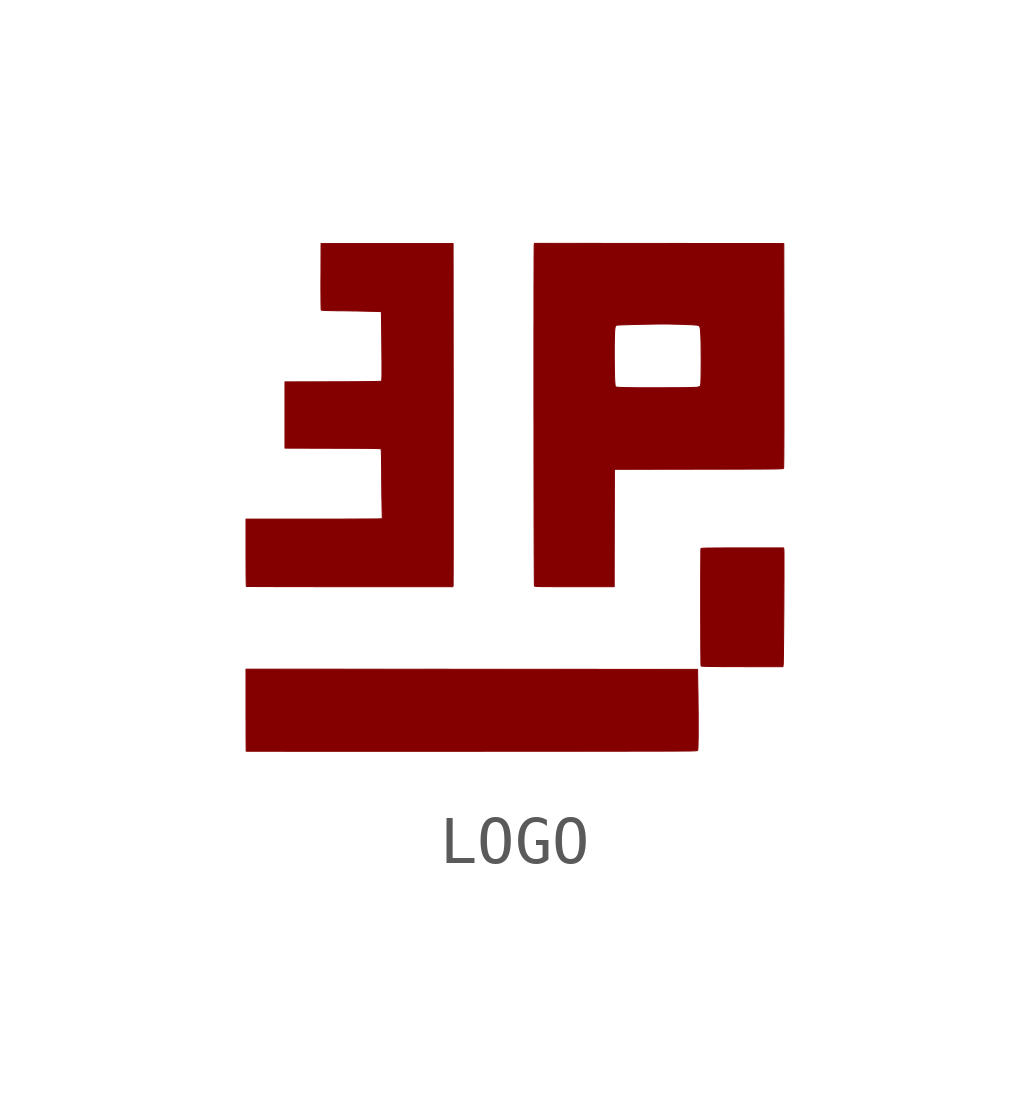
<source format=kicad_sym>
(kicad_symbol_lib
  (version 20231120)
  (generator "kicad_symbol_editor")
  (generator_version "8.0")
  (symbol "LOGO"
    (pin_names
      (offset 1.016))
    (property "Reference" "#G"
      (at 4.064 7.366 0)
      (effects (font (size 1.27 1.27)) (hide yes)))
    (symbol "LOGO_0_0"
      (polyline (pts (xy 5.611 -3.517) (xy 5.617 -3.465) (xy 5.618 -3.451) (xy 5.619 -3.419) (xy 5.62 -3.371) (xy 5.621 -3.309) (xy 5.622 -3.233) (xy 5.623 -3.146) (xy 5.624 -3.049) (xy 5.625 -2.942) (xy 5.626 -2.828) (xy 5.627 -2.708) (xy 5.628 -2.583) (xy 5.629 -2.455) (xy 5.63 -2.325) (xy 5.631 -2.194) (xy 5.631 -2.064) (xy 5.632 -1.936) (xy 5.632 -1.812) (xy 5.633 -1.692) (xy 5.633 -1.579) (xy 5.633 -1.474) (xy 5.633 -1.377) (xy 5.633 -1.291) (xy 5.633 -1.217) (xy 5.633 -1.156) (xy 5.632 -1.11) (xy 5.631 -1.08) (xy 5.63 -1.067) (xy 5.624 -1.042) (xy 4.766 -1.042) (xy 4.642 -1.042) (xy 4.51 -1.042) (xy 4.394 -1.042) (xy 4.294 -1.043) (xy 4.208 -1.043) (xy 4.136 -1.044) (xy 4.076 -1.044) (xy 4.027 -1.045) (xy 3.988 -1.046) (xy 3.958 -1.047) (xy 3.936 -1.049) (xy 3.921 -1.05) (xy 3.91 -1.052) (xy 3.905 -1.055) (xy 3.902 -1.057) (xy 3.902 -1.063) (xy 3.901 -1.086) (xy 3.9 -1.125) (xy 3.9 -1.18) (xy 3.899 -1.248) (xy 3.899 -1.329) (xy 3.898 -1.421) (xy 3.898 -1.522) (xy 3.897 -1.632) (xy 3.897 -1.749) (xy 3.897 -1.872) (xy 3.897 -1.998) (xy 3.897 -2.128) (xy 3.897 -2.259) (xy 3.897 -2.39) (xy 3.897 -2.521) (xy 3.898 -2.648) (xy 3.898 -2.772) (xy 3.898 -2.891) (xy 3.899 -3.003) (xy 3.899 -3.107) (xy 3.9 -3.202) (xy 3.901 -3.286) (xy 3.901 -3.358) (xy 3.902 -3.417) (xy 3.903 -3.461) (xy 3.904 -3.489) (xy 3.905 -3.5) (xy 3.907 -3.502) (xy 3.92 -3.505) (xy 3.942 -3.507) (xy 3.977 -3.509) (xy 4.025 -3.511) (xy 4.088 -3.512) (xy 4.167 -3.513) (xy 4.263 -3.514) (xy 4.326 -3.515) (xy 4.421 -3.515) (xy 4.529 -3.516) (xy 4.644 -3.516) (xy 4.764 -3.516) (xy 4.885 -3.517) (xy 5.002 -3.517) (xy 5.113 -3.517) (xy 5.611 -3.517)) (stroke (width 0.01) (type default)) (fill (type outline)))
      (polyline (pts (xy -1.866 -5.28) (xy -1.616 -5.28) (xy -1.364 -5.28) (xy -1.111 -5.28) (xy -0.857 -5.28) (xy -0.605 -5.279) (xy -0.353 -5.279) (xy -0.103 -5.279) (xy 0.144 -5.279) (xy 0.389 -5.279) (xy 0.629 -5.279) (xy 0.865 -5.279) (xy 1.095 -5.279) (xy 1.319 -5.279) (xy 1.537 -5.278) (xy 1.747 -5.278) (xy 1.949 -5.278) (xy 2.142 -5.278) (xy 2.326 -5.278) (xy 2.499 -5.277) (xy 2.662 -5.277) (xy 2.813 -5.277) (xy 2.952 -5.277) (xy 3.078 -5.277) (xy 3.19 -5.276) (xy 3.232 -5.276) (xy 3.352 -5.276) (xy 3.455 -5.275) (xy 3.542 -5.275) (xy 3.615 -5.274) (xy 3.675 -5.274) (xy 3.722 -5.272) (xy 3.76 -5.271) (xy 3.788 -5.27) (xy 3.808 -5.268) (xy 3.821 -5.266) (xy 3.829 -5.263) (xy 3.833 -5.261) (xy 3.835 -5.254) (xy 3.838 -5.229) (xy 3.84 -5.188) (xy 3.842 -5.131) (xy 3.843 -5.06) (xy 3.845 -4.976) (xy 3.845 -4.88) (xy 3.845 -4.773) (xy 3.845 -4.657) (xy 3.845 -4.532) (xy 3.844 -4.401) (xy 3.842 -4.263) (xy 3.841 -4.122) (xy 3.838 -3.977) (xy 3.832 -3.573) (xy -0.873 -3.571) (xy -5.578 -3.568) (xy -5.578 -4.421) (xy -5.578 -4.43) (xy -5.578 -4.554) (xy -5.577 -4.673) (xy -5.577 -4.786) (xy -5.577 -4.89) (xy -5.577 -4.984) (xy -5.576 -5.068) (xy -5.576 -5.14) (xy -5.575 -5.198) (xy -5.575 -5.241) (xy -5.574 -5.268) (xy -5.574 -5.278) (xy -5.57 -5.278) (xy -5.55 -5.278) (xy -5.512 -5.279) (xy -5.457 -5.279) (xy -5.386 -5.279) (xy -5.299 -5.279) (xy -5.197 -5.279) (xy -5.082 -5.279) (xy -4.952 -5.279) (xy -4.81 -5.279) (xy -4.656 -5.28) (xy -4.49 -5.28) (xy -4.314 -5.28) (xy -4.127 -5.28) (xy -3.932 -5.28) (xy -3.727 -5.28) (xy -3.515 -5.28) (xy -3.296 -5.28) (xy -3.07 -5.28) (xy -2.838 -5.28) (xy -2.601 -5.28) (xy -2.36 -5.28) (xy -2.115 -5.28) (xy -1.866 -5.28)) (stroke (width 0.01) (type default)) (fill (type outline)))
      (polyline (pts (xy -1.263 -1.829) (xy -1.263 -1.825) (xy -1.262 -1.803) (xy -1.262 -1.764) (xy -1.262 -1.707) (xy -1.262 -1.634) (xy -1.261 -1.546) (xy -1.261 -1.442) (xy -1.261 -1.323) (xy -1.26 -1.191) (xy -1.26 -1.046) (xy -1.26 -0.888) (xy -1.26 -0.719) (xy -1.26 -0.537) (xy -1.26 -0.346) (xy -1.26 -0.144) (xy -1.26 0.066) (xy -1.26 0.286) (xy -1.26 0.513) (xy -1.26 0.748) (xy -1.26 0.989) (xy -1.26 1.236) (xy -1.26 1.489) (xy -1.26 1.746) (xy -1.263 5.301) (xy -2.639 5.301) (xy -4.014 5.301) (xy -4.016 4.615) (xy -4.017 4.513) (xy -4.017 4.406) (xy -4.017 4.306) (xy -4.016 4.213) (xy -4.016 4.131) (xy -4.015 4.06) (xy -4.014 4.001) (xy -4.013 3.957) (xy -4.012 3.929) (xy -4.011 3.917) (xy -4.007 3.915) (xy -3.996 3.912) (xy -3.977 3.91) (xy -3.947 3.908) (xy -3.905 3.906) (xy -3.851 3.904) (xy -3.782 3.903) (xy -3.697 3.901) (xy -3.595 3.9) (xy -3.575 3.9) (xy -3.478 3.899) (xy -3.379 3.897) (xy -3.281 3.896) (xy -3.188 3.894) (xy -3.103 3.892) (xy -3.03 3.89) (xy -2.972 3.889) (xy -2.758 3.883) (xy -2.755 3.77) (xy -2.755 3.767) (xy -2.754 3.735) (xy -2.754 3.686) (xy -2.753 3.623) (xy -2.752 3.548) (xy -2.751 3.462) (xy -2.75 3.367) (xy -2.749 3.265) (xy -2.748 3.159) (xy -2.747 3.05) (xy -2.747 3.028) (xy -2.746 2.906) (xy -2.745 2.802) (xy -2.745 2.713) (xy -2.745 2.639) (xy -2.745 2.579) (xy -2.746 2.531) (xy -2.747 2.494) (xy -2.748 2.467) (xy -2.75 2.449) (xy -2.752 2.438) (xy -2.755 2.433) (xy -2.759 2.432) (xy -2.776 2.43) (xy -2.807 2.429) (xy -2.851 2.427) (xy -2.909 2.426) (xy -2.982 2.425) (xy -3.071 2.424) (xy -3.176 2.423) (xy -3.297 2.422) (xy -3.436 2.421) (xy -3.592 2.421) (xy -3.766 2.42) (xy -4.766 2.418) (xy -4.766 1.728) (xy -4.766 1.038) (xy -3.768 1.035) (xy -3.647 1.035) (xy -3.502 1.034) (xy -3.374 1.034) (xy -3.261 1.034) (xy -3.163 1.033) (xy -3.079 1.033) (xy -3.008 1.032) (xy -2.948 1.031) (xy -2.899 1.03) (xy -2.86 1.029) (xy -2.829 1.028) (xy -2.805 1.027) (xy -2.788 1.025) (xy -2.776 1.023) (xy -2.769 1.021) (xy -2.764 1.019) (xy -2.762 1.016) (xy -2.762 1.015) (xy -2.76 0.998) (xy -2.758 0.965) (xy -2.757 0.917) (xy -2.755 0.856) (xy -2.754 0.783) (xy -2.753 0.701) (xy -2.752 0.612) (xy -2.751 0.516) (xy -2.751 0.425) (xy -2.75 0.32) (xy -2.749 0.215) (xy -2.748 0.113) (xy -2.747 0.018) (xy -2.745 -0.067) (xy -2.744 -0.14) (xy -2.743 -0.197) (xy -2.742 -0.245) (xy -2.74 -0.304) (xy -2.74 -0.356) (xy -2.739 -0.396) (xy -2.739 -0.423) (xy -2.74 -0.434) (xy -2.741 -0.434) (xy -2.755 -0.435) (xy -2.787 -0.436) (xy -2.836 -0.437) (xy -2.899 -0.438) (xy -2.978 -0.438) (xy -3.069 -0.439) (xy -3.173 -0.439) (xy -3.288 -0.44) (xy -3.414 -0.44) (xy -3.549 -0.441) (xy -3.692 -0.441) (xy -3.842 -0.441) (xy -3.999 -0.441) (xy -4.16 -0.441) (xy -5.578 -0.441) (xy -5.578 -1.139) (xy -5.578 -1.14) (xy -5.578 -1.253) (xy -5.577 -1.36) (xy -5.577 -1.461) (xy -5.577 -1.552) (xy -5.576 -1.634) (xy -5.575 -1.705) (xy -5.574 -1.763) (xy -5.573 -1.806) (xy -5.572 -1.833) (xy -5.571 -1.844) (xy -5.568 -1.844) (xy -5.548 -1.845) (xy -5.51 -1.845) (xy -5.456 -1.846) (xy -5.386 -1.846) (xy -5.301 -1.847) (xy -5.202 -1.847) (xy -5.089 -1.847) (xy -4.964 -1.848) (xy -4.828 -1.848) (xy -4.68 -1.849) (xy -4.523 -1.849) (xy -4.357 -1.849) (xy -4.182 -1.849) (xy -4 -1.85) (xy -3.811 -1.85) (xy -3.616 -1.85) (xy -3.417 -1.85) (xy -1.268 -1.85) (xy -1.263 -1.829)) (stroke (width 0.01) (type default)) (fill (type outline)))
      (polyline (pts (xy 2.096 -0.627) (xy 2.099 0.596) (xy 3.857 0.599) (xy 3.919 0.599) (xy 4.127 0.599) (xy 4.318 0.599) (xy 4.491 0.6) (xy 4.648 0.6) (xy 4.79 0.6) (xy 4.917 0.601) (xy 5.031 0.601) (xy 5.131 0.601) (xy 5.22 0.602) (xy 5.297 0.602) (xy 5.363 0.603) (xy 5.42 0.604) (xy 5.468 0.604) (xy 5.507 0.605) (xy 5.539 0.606) (xy 5.564 0.607) (xy 5.584 0.609) (xy 5.599 0.61) (xy 5.609 0.611) (xy 5.616 0.613) (xy 5.62 0.615) (xy 5.623 0.617) (xy 5.624 0.619) (xy 5.625 0.622) (xy 5.626 0.641) (xy 5.627 0.675) (xy 5.628 0.727) (xy 5.629 0.795) (xy 5.63 0.879) (xy 5.63 0.981) (xy 5.631 1.1) (xy 5.631 1.236) (xy 5.632 1.39) (xy 5.632 1.561) (xy 5.632 1.75) (xy 5.632 1.958) (xy 5.632 2.183) (xy 5.632 2.426) (xy 5.632 2.688) (xy 5.632 2.969) (xy 5.629 5.301) (xy 3.032 5.303) (xy 0.434 5.305) (xy 0.428 5.284) (xy 0.428 5.282) (xy 0.427 5.262) (xy 0.427 5.225) (xy 0.426 5.172) (xy 0.426 5.102) (xy 0.425 5.017) (xy 0.425 4.917) (xy 0.425 4.804) (xy 0.424 4.678) (xy 0.424 4.54) (xy 0.423 4.391) (xy 0.423 4.231) (xy 0.423 4.062) (xy 0.423 3.883) (xy 0.423 3.697) (xy 0.422 3.503) (xy 0.422 3.303) (xy 0.422 3.097) (xy 0.422 3.042) (xy 2.096 3.042) (xy 2.096 3.134) (xy 2.097 3.222) (xy 2.099 3.305) (xy 2.101 3.379) (xy 2.103 3.443) (xy 2.106 3.496) (xy 2.11 3.535) (xy 2.114 3.558) (xy 2.122 3.58) (xy 2.134 3.595) (xy 2.154 3.601) (xy 2.158 3.601) (xy 2.182 3.603) (xy 2.222 3.605) (xy 2.275 3.607) (xy 2.34 3.609) (xy 2.414 3.611) (xy 2.495 3.614) (xy 2.581 3.616) (xy 2.669 3.618) (xy 2.758 3.62) (xy 2.845 3.621) (xy 2.928 3.623) (xy 3.005 3.624) (xy 3.074 3.624) (xy 3.131 3.625) (xy 3.163 3.624) (xy 3.239 3.624) (xy 3.319 3.622) (xy 3.401 3.62) (xy 3.483 3.618) (xy 3.562 3.615) (xy 3.636 3.612) (xy 3.703 3.609) (xy 3.761 3.605) (xy 3.806 3.602) (xy 3.837 3.598) (xy 3.852 3.595) (xy 3.855 3.594) (xy 3.867 3.584) (xy 3.877 3.569) (xy 3.885 3.547) (xy 3.89 3.516) (xy 3.895 3.473) (xy 3.898 3.416) (xy 3.901 3.343) (xy 3.902 3.313) (xy 3.904 3.248) (xy 3.905 3.172) (xy 3.906 3.09) (xy 3.906 3.002) (xy 3.907 2.912) (xy 3.907 2.822) (xy 3.906 2.733) (xy 3.906 2.65) (xy 3.905 2.573) (xy 3.904 2.505) (xy 3.902 2.449) (xy 3.901 2.407) (xy 3.899 2.381) (xy 3.892 2.326) (xy 3.85 2.312) (xy 3.845 2.311) (xy 3.831 2.308) (xy 3.811 2.306) (xy 3.785 2.304) (xy 3.749 2.303) (xy 3.705 2.301) (xy 3.649 2.3) (xy 3.581 2.299) (xy 3.499 2.298) (xy 3.403 2.297) (xy 3.29 2.297) (xy 3.16 2.296) (xy 3.124 2.296) (xy 2.954 2.296) (xy 2.802 2.296) (xy 2.668 2.296) (xy 2.55 2.296) (xy 2.447 2.298) (xy 2.36 2.299) (xy 2.288 2.301) (xy 2.229 2.303) (xy 2.184 2.306) (xy 2.151 2.309) (xy 2.13 2.313) (xy 2.12 2.317) (xy 2.117 2.325) (xy 2.113 2.35) (xy 2.11 2.391) (xy 2.106 2.446) (xy 2.103 2.512) (xy 2.101 2.587) (xy 2.099 2.671) (xy 2.098 2.76) (xy 2.097 2.852) (xy 2.096 2.947) (xy 2.096 3.042) (xy 0.422 3.042) (xy 0.422 2.886) (xy 0.422 2.671) (xy 0.422 2.452) (xy 0.422 2.231) (xy 0.422 2.008) (xy 0.422 1.784) (xy 0.423 1.56) (xy 0.423 1.336) (xy 0.423 1.114) (xy 0.423 0.894) (xy 0.423 0.677) (xy 0.424 0.464) (xy 0.424 0.255) (xy 0.424 0.052) (xy 0.425 -0.146) (xy 0.425 -0.336) (xy 0.425 -0.519) (xy 0.426 -0.693) (xy 0.426 -0.858) (xy 0.427 -1.012) (xy 0.427 -1.156) (xy 0.428 -1.289) (xy 0.428 -1.408) (xy 0.429 -1.515) (xy 0.429 -1.607) (xy 0.43 -1.685) (xy 0.43 -1.747) (xy 0.431 -1.793) (xy 0.432 -1.821) (xy 0.432 -1.832) (xy 0.434 -1.834) (xy 0.437 -1.837) (xy 0.443 -1.84) (xy 0.452 -1.842) (xy 0.466 -1.844) (xy 0.486 -1.845) (xy 0.513 -1.846) (xy 0.548 -1.847) (xy 0.593 -1.848) (xy 0.648 -1.849) (xy 0.715 -1.849) (xy 0.795 -1.849) (xy 0.889 -1.85) (xy 0.999 -1.85) (xy 1.125 -1.85) (xy 1.268 -1.85) (xy 2.094 -1.85) (xy 2.096 -0.627)) (stroke (width 0.01) (type default)) (fill (type outline))))))
</source>
